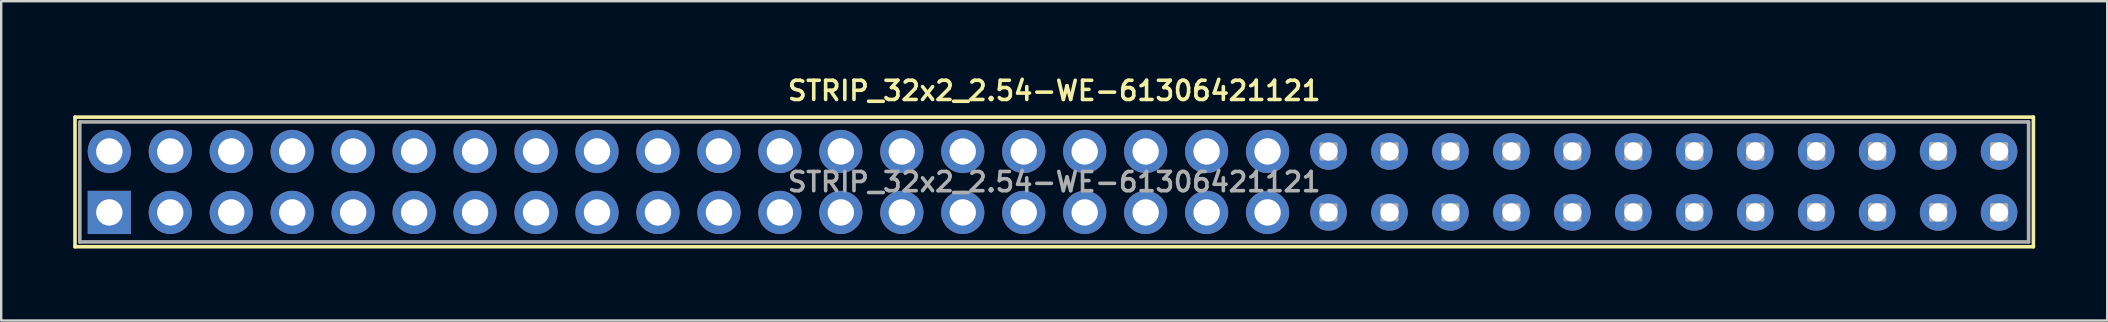
<source format=kicad_pcb>
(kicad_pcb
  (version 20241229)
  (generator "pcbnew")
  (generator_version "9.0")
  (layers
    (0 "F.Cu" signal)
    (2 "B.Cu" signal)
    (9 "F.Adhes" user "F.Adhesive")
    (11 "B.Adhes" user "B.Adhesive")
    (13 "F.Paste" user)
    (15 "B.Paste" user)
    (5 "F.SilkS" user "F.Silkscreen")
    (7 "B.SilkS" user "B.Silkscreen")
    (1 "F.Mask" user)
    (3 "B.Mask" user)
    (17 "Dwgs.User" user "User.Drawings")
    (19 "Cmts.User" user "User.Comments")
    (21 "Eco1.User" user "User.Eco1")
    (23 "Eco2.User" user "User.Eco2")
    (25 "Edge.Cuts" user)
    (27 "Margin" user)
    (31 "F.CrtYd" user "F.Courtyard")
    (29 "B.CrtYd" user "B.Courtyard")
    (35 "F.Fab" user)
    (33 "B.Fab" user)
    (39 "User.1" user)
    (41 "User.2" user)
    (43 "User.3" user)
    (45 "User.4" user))
  (footprint "STRIP_32x2_2.54-WE-61306421121"
    (layer "F.Cu")
    (at 40.875 4.531)
    (property "Reference" "STRIP_32x2_2.54-WE-61306421121" (at 0 -3.8 0) (layer "F.SilkS") (effects (font (size 0.8 0.8) (thickness 0.15))))
    (attr through_hole)
    (fp_line (start -40.8 -2.7) (end 40.8 -2.7) (stroke (width 0.15) (type solid)) (layer "F.SilkS"))
    (fp_line (start -40.8 2.7) (end -40.8 -2.7) (stroke (width 0.15) (type solid)) (layer "F.SilkS"))
    (fp_line (start 40.8 -2.7) (end 40.8 2.7) (stroke (width 0.15) (type solid)) (layer "F.SilkS"))
    (fp_line (start 40.8 2.7) (end -40.8 2.7) (stroke (width 0.15) (type solid)) (layer "F.SilkS"))
    (fp_line (start -40.6 -2.5) (end -40.6 2.5) (stroke (width 0.15) (type solid)) (layer "F.Fab"))
    (fp_line (start -40.6 2.5) (end 40.6 2.5) (stroke (width 0.15) (type solid)) (layer "F.Fab"))
    (fp_line (start -39.67 -1.57) (end -39.07 -1.57) (stroke (width 0.15) (type solid)) (layer "F.Fab"))
    (fp_line (start -39.67 -0.97) (end -39.67 -1.57) (stroke (width 0.15) (type solid)) (layer "F.Fab"))
    (fp_line (start -39.67 0.97) (end -39.07 0.97) (stroke (width 0.15) (type solid)) (layer "F.Fab"))
    (fp_line (start -39.67 0.97) (end -39.07 0.97) (stroke (width 0.15) (type solid)) (layer "F.Fab"))
    (fp_line (start -39.67 1.57) (end -39.67 0.97) (stroke (width 0.15) (type solid)) (layer "F.Fab"))
    (fp_line (start -39.67 1.57) (end -39.67 0.97) (stroke (width 0.15) (type solid)) (layer "F.Fab"))
    (fp_line (start -39.07 -1.57) (end -39.07 -0.97) (stroke (width 0.15) (type solid)) (layer "F.Fab"))
    (fp_line (start -39.07 -0.97) (end -39.67 -0.97) (stroke (width 0.15) (type solid)) (layer "F.Fab"))
    (fp_line (start -39.07 0.97) (end -39.07 1.57) (stroke (width 0.15) (type solid)) (layer "F.Fab"))
    (fp_line (start -39.07 0.97) (end -39.07 1.57) (stroke (width 0.15) (type solid)) (layer "F.Fab"))
    (fp_line (start -39.07 1.57) (end -39.67 1.57) (stroke (width 0.15) (type solid)) (layer "F.Fab"))
    (fp_line (start -39.07 1.57) (end -39.67 1.57) (stroke (width 0.15) (type solid)) (layer "F.Fab"))
    (fp_line (start -37.13 -1.57) (end -36.53 -1.57) (stroke (width 0.15) (type solid)) (layer "F.Fab"))
    (fp_line (start -37.13 -0.97) (end -37.13 -1.57) (stroke (width 0.15) (type solid)) (layer "F.Fab"))
    (fp_line (start -37.13 0.97) (end -36.53 0.97) (stroke (width 0.15) (type solid)) (layer "F.Fab"))
    (fp_line (start -37.13 0.97) (end -36.53 0.97) (stroke (width 0.15) (type solid)) (layer "F.Fab"))
    (fp_line (start -37.13 1.57) (end -37.13 0.97) (stroke (width 0.15) (type solid)) (layer "F.Fab"))
    (fp_line (start -37.13 1.57) (end -37.13 0.97) (stroke (width 0.15) (type solid)) (layer "F.Fab"))
    (fp_line (start -36.53 -1.57) (end -36.53 -0.97) (stroke (width 0.15) (type solid)) (layer "F.Fab"))
    (fp_line (start -36.53 -0.97) (end -37.13 -0.97) (stroke (width 0.15) (type solid)) (layer "F.Fab"))
    (fp_line (start -36.53 0.97) (end -36.53 1.57) (stroke (width 0.15) (type solid)) (layer "F.Fab"))
    (fp_line (start -36.53 0.97) (end -36.53 1.57) (stroke (width 0.15) (type solid)) (layer "F.Fab"))
    (fp_line (start -36.53 1.57) (end -37.13 1.57) (stroke (width 0.15) (type solid)) (layer "F.Fab"))
    (fp_line (start -36.53 1.57) (end -37.13 1.57) (stroke (width 0.15) (type solid)) (layer "F.Fab"))
    (fp_line (start -34.59 -1.57) (end -33.99 -1.57) (stroke (width 0.15) (type solid)) (layer "F.Fab"))
    (fp_line (start -34.59 -0.97) (end -34.59 -1.57) (stroke (width 0.15) (type solid)) (layer "F.Fab"))
    (fp_line (start -34.59 0.97) (end -33.99 0.97) (stroke (width 0.15) (type solid)) (layer "F.Fab"))
    (fp_line (start -34.59 0.97) (end -33.99 0.97) (stroke (width 0.15) (type solid)) (layer "F.Fab"))
    (fp_line (start -34.59 1.57) (end -34.59 0.97) (stroke (width 0.15) (type solid)) (layer "F.Fab"))
    (fp_line (start -34.59 1.57) (end -34.59 0.97) (stroke (width 0.15) (type solid)) (layer "F.Fab"))
    (fp_line (start -33.99 -1.57) (end -33.99 -0.97) (stroke (width 0.15) (type solid)) (layer "F.Fab"))
    (fp_line (start -33.99 -0.97) (end -34.59 -0.97) (stroke (width 0.15) (type solid)) (layer "F.Fab"))
    (fp_line (start -33.99 0.97) (end -33.99 1.57) (stroke (width 0.15) (type solid)) (layer "F.Fab"))
    (fp_line (start -33.99 0.97) (end -33.99 1.57) (stroke (width 0.15) (type solid)) (layer "F.Fab"))
    (fp_line (start -33.99 1.57) (end -34.59 1.57) (stroke (width 0.15) (type solid)) (layer "F.Fab"))
    (fp_line (start -33.99 1.57) (end -34.59 1.57) (stroke (width 0.15) (type solid)) (layer "F.Fab"))
    (fp_line (start -32.05 -1.57) (end -31.45 -1.57) (stroke (width 0.15) (type solid)) (layer "F.Fab"))
    (fp_line (start -32.05 -1.57) (end -31.45 -1.57) (stroke (width 0.15) (type solid)) (layer "F.Fab"))
    (fp_line (start -32.05 -0.97) (end -32.05 -1.57) (stroke (width 0.15) (type solid)) (layer "F.Fab"))
    (fp_line (start -32.05 -0.97) (end -32.05 -1.57) (stroke (width 0.15) (type solid)) (layer "F.Fab"))
    (fp_line (start -32.05 0.97) (end -31.45 0.97) (stroke (width 0.15) (type solid)) (layer "F.Fab"))
    (fp_line (start -32.05 0.97) (end -31.45 0.97) (stroke (width 0.15) (type solid)) (layer "F.Fab"))
    (fp_line (start -32.05 1.57) (end -32.05 0.97) (stroke (width 0.15) (type solid)) (layer "F.Fab"))
    (fp_line (start -32.05 1.57) (end -32.05 0.97) (stroke (width 0.15) (type solid)) (layer "F.Fab"))
    (fp_line (start -31.45 -1.57) (end -31.45 -0.97) (stroke (width 0.15) (type solid)) (layer "F.Fab"))
    (fp_line (start -31.45 -1.57) (end -31.45 -0.97) (stroke (width 0.15) (type solid)) (layer "F.Fab"))
    (fp_line (start -31.45 -0.97) (end -32.05 -0.97) (stroke (width 0.15) (type solid)) (layer "F.Fab"))
    (fp_line (start -31.45 -0.97) (end -32.05 -0.97) (stroke (width 0.15) (type solid)) (layer "F.Fab"))
    (fp_line (start -31.45 0.97) (end -31.45 1.57) (stroke (width 0.15) (type solid)) (layer "F.Fab"))
    (fp_line (start -31.45 0.97) (end -31.45 1.57) (stroke (width 0.15) (type solid)) (layer "F.Fab"))
    (fp_line (start -31.45 1.57) (end -32.05 1.57) (stroke (width 0.15) (type solid)) (layer "F.Fab"))
    (fp_line (start -31.45 1.57) (end -32.05 1.57) (stroke (width 0.15) (type solid)) (layer "F.Fab"))
    (fp_line (start -29.51 -1.57) (end -28.91 -1.57) (stroke (width 0.15) (type solid)) (layer "F.Fab"))
    (fp_line (start -29.51 -1.57) (end -28.91 -1.57) (stroke (width 0.15) (type solid)) (layer "F.Fab"))
    (fp_line (start -29.51 -0.97) (end -29.51 -1.57) (stroke (width 0.15) (type solid)) (layer "F.Fab"))
    (fp_line (start -29.51 -0.97) (end -29.51 -1.57) (stroke (width 0.15) (type solid)) (layer "F.Fab"))
    (fp_line (start -29.51 0.97) (end -28.91 0.97) (stroke (width 0.15) (type solid)) (layer "F.Fab"))
    (fp_line (start -29.51 0.97) (end -28.91 0.97) (stroke (width 0.15) (type solid)) (layer "F.Fab"))
    (fp_line (start -29.51 1.57) (end -29.51 0.97) (stroke (width 0.15) (type solid)) (layer "F.Fab"))
    (fp_line (start -29.51 1.57) (end -29.51 0.97) (stroke (width 0.15) (type solid)) (layer "F.Fab"))
    (fp_line (start -28.91 -1.57) (end -28.91 -0.97) (stroke (width 0.15) (type solid)) (layer "F.Fab"))
    (fp_line (start -28.91 -1.57) (end -28.91 -0.97) (stroke (width 0.15) (type solid)) (layer "F.Fab"))
    (fp_line (start -28.91 -0.97) (end -29.51 -0.97) (stroke (width 0.15) (type solid)) (layer "F.Fab"))
    (fp_line (start -28.91 -0.97) (end -29.51 -0.97) (stroke (width 0.15) (type solid)) (layer "F.Fab"))
    (fp_line (start -28.91 0.97) (end -28.91 1.57) (stroke (width 0.15) (type solid)) (layer "F.Fab"))
    (fp_line (start -28.91 0.97) (end -28.91 1.57) (stroke (width 0.15) (type solid)) (layer "F.Fab"))
    (fp_line (start -28.91 1.57) (end -29.51 1.57) (stroke (width 0.15) (type solid)) (layer "F.Fab"))
    (fp_line (start -28.91 1.57) (end -29.51 1.57) (stroke (width 0.15) (type solid)) (layer "F.Fab"))
    (fp_line (start -26.97 -1.57) (end -26.37 -1.57) (stroke (width 0.15) (type solid)) (layer "F.Fab"))
    (fp_line (start -26.97 -1.57) (end -26.37 -1.57) (stroke (width 0.15) (type solid)) (layer "F.Fab"))
    (fp_line (start -26.97 -0.97) (end -26.97 -1.57) (stroke (width 0.15) (type solid)) (layer "F.Fab"))
    (fp_line (start -26.97 -0.97) (end -26.97 -1.57) (stroke (width 0.15) (type solid)) (layer "F.Fab"))
    (fp_line (start -26.97 0.97) (end -26.37 0.97) (stroke (width 0.15) (type solid)) (layer "F.Fab"))
    (fp_line (start -26.97 0.97) (end -26.37 0.97) (stroke (width 0.15) (type solid)) (layer "F.Fab"))
    (fp_line (start -26.97 1.57) (end -26.97 0.97) (stroke (width 0.15) (type solid)) (layer "F.Fab"))
    (fp_line (start -26.97 1.57) (end -26.97 0.97) (stroke (width 0.15) (type solid)) (layer "F.Fab"))
    (fp_line (start -26.37 -1.57) (end -26.37 -0.97) (stroke (width 0.15) (type solid)) (layer "F.Fab"))
    (fp_line (start -26.37 -1.57) (end -26.37 -0.97) (stroke (width 0.15) (type solid)) (layer "F.Fab"))
    (fp_line (start -26.37 -0.97) (end -26.97 -0.97) (stroke (width 0.15) (type solid)) (layer "F.Fab"))
    (fp_line (start -26.37 -0.97) (end -26.97 -0.97) (stroke (width 0.15) (type solid)) (layer "F.Fab"))
    (fp_line (start -26.37 0.97) (end -26.37 1.57) (stroke (width 0.15) (type solid)) (layer "F.Fab"))
    (fp_line (start -26.37 0.97) (end -26.37 1.57) (stroke (width 0.15) (type solid)) (layer "F.Fab"))
    (fp_line (start -26.37 1.57) (end -26.97 1.57) (stroke (width 0.15) (type solid)) (layer "F.Fab"))
    (fp_line (start -26.37 1.57) (end -26.97 1.57) (stroke (width 0.15) (type solid)) (layer "F.Fab"))
    (fp_line (start -24.43 -1.57) (end -23.83 -1.57) (stroke (width 0.15) (type solid)) (layer "F.Fab"))
    (fp_line (start -24.43 -0.97) (end -24.43 -1.57) (stroke (width 0.15) (type solid)) (layer "F.Fab"))
    (fp_line (start -24.43 0.97) (end -23.83 0.97) (stroke (width 0.15) (type solid)) (layer "F.Fab"))
    (fp_line (start -24.43 1.57) (end -24.43 0.97) (stroke (width 0.15) (type solid)) (layer "F.Fab"))
    (fp_line (start -23.83 -1.57) (end -23.83 -0.97) (stroke (width 0.15) (type solid)) (layer "F.Fab"))
    (fp_line (start -23.83 -0.97) (end -24.43 -0.97) (stroke (width 0.15) (type solid)) (layer "F.Fab"))
    (fp_line (start -23.83 0.97) (end -23.83 1.57) (stroke (width 0.15) (type solid)) (layer "F.Fab"))
    (fp_line (start -23.83 1.57) (end -24.43 1.57) (stroke (width 0.15) (type solid)) (layer "F.Fab"))
    (fp_line (start -21.89 -1.57) (end -21.29 -1.57) (stroke (width 0.15) (type solid)) (layer "F.Fab"))
    (fp_line (start -21.89 -0.97) (end -21.89 -1.57) (stroke (width 0.15) (type solid)) (layer "F.Fab"))
    (fp_line (start -21.89 0.97) (end -21.29 0.97) (stroke (width 0.15) (type solid)) (layer "F.Fab"))
    (fp_line (start -21.89 1.57) (end -21.89 0.97) (stroke (width 0.15) (type solid)) (layer "F.Fab"))
    (fp_line (start -21.29 -1.57) (end -21.29 -0.97) (stroke (width 0.15) (type solid)) (layer "F.Fab"))
    (fp_line (start -21.29 -0.97) (end -21.89 -0.97) (stroke (width 0.15) (type solid)) (layer "F.Fab"))
    (fp_line (start -21.29 0.97) (end -21.29 1.57) (stroke (width 0.15) (type solid)) (layer "F.Fab"))
    (fp_line (start -21.29 1.57) (end -21.89 1.57) (stroke (width 0.15) (type solid)) (layer "F.Fab"))
    (fp_line (start -19.35 -1.57) (end -18.75 -1.57) (stroke (width 0.15) (type solid)) (layer "F.Fab"))
    (fp_line (start -19.35 -0.97) (end -19.35 -1.57) (stroke (width 0.15) (type solid)) (layer "F.Fab"))
    (fp_line (start -19.35 0.97) (end -18.75 0.97) (stroke (width 0.15) (type solid)) (layer "F.Fab"))
    (fp_line (start -19.35 1.57) (end -19.35 0.97) (stroke (width 0.15) (type solid)) (layer "F.Fab"))
    (fp_line (start -18.75 -1.57) (end -18.75 -0.97) (stroke (width 0.15) (type solid)) (layer "F.Fab"))
    (fp_line (start -18.75 -0.97) (end -19.35 -0.97) (stroke (width 0.15) (type solid)) (layer "F.Fab"))
    (fp_line (start -18.75 0.97) (end -18.75 1.57) (stroke (width 0.15) (type solid)) (layer "F.Fab"))
    (fp_line (start -18.75 1.57) (end -19.35 1.57) (stroke (width 0.15) (type solid)) (layer "F.Fab"))
    (fp_line (start -16.81 -1.57) (end -16.21 -1.57) (stroke (width 0.15) (type solid)) (layer "F.Fab"))
    (fp_line (start -16.81 -0.97) (end -16.81 -1.57) (stroke (width 0.15) (type solid)) (layer "F.Fab"))
    (fp_line (start -16.81 0.97) (end -16.21 0.97) (stroke (width 0.15) (type solid)) (layer "F.Fab"))
    (fp_line (start -16.81 1.57) (end -16.81 0.97) (stroke (width 0.15) (type solid)) (layer "F.Fab"))
    (fp_line (start -16.21 -1.57) (end -16.21 -0.97) (stroke (width 0.15) (type solid)) (layer "F.Fab"))
    (fp_line (start -16.21 -0.97) (end -16.81 -0.97) (stroke (width 0.15) (type solid)) (layer "F.Fab"))
    (fp_line (start -16.21 0.97) (end -16.21 1.57) (stroke (width 0.15) (type solid)) (layer "F.Fab"))
    (fp_line (start -16.21 1.57) (end -16.81 1.57) (stroke (width 0.15) (type solid)) (layer "F.Fab"))
    (fp_line (start -14.27 -1.57) (end -13.67 -1.57) (stroke (width 0.15) (type solid)) (layer "F.Fab"))
    (fp_line (start -14.27 -0.97) (end -14.27 -1.57) (stroke (width 0.15) (type solid)) (layer "F.Fab"))
    (fp_line (start -14.27 0.97) (end -13.67 0.97) (stroke (width 0.15) (type solid)) (layer "F.Fab"))
    (fp_line (start -14.27 1.57) (end -14.27 0.97) (stroke (width 0.15) (type solid)) (layer "F.Fab"))
    (fp_line (start -13.67 -1.57) (end -13.67 -0.97) (stroke (width 0.15) (type solid)) (layer "F.Fab"))
    (fp_line (start -13.67 -0.97) (end -14.27 -0.97) (stroke (width 0.15) (type solid)) (layer "F.Fab"))
    (fp_line (start -13.67 0.97) (end -13.67 1.57) (stroke (width 0.15) (type solid)) (layer "F.Fab"))
    (fp_line (start -13.67 1.57) (end -14.27 1.57) (stroke (width 0.15) (type solid)) (layer "F.Fab"))
    (fp_line (start -11.73 -1.57) (end -11.13 -1.57) (stroke (width 0.15) (type solid)) (layer "F.Fab"))
    (fp_line (start -11.73 -0.97) (end -11.73 -1.57) (stroke (width 0.15) (type solid)) (layer "F.Fab"))
    (fp_line (start -11.73 0.97) (end -11.13 0.97) (stroke (width 0.15) (type solid)) (layer "F.Fab"))
    (fp_line (start -11.73 1.57) (end -11.73 0.97) (stroke (width 0.15) (type solid)) (layer "F.Fab"))
    (fp_line (start -11.13 -1.57) (end -11.13 -0.97) (stroke (width 0.15) (type solid)) (layer "F.Fab"))
    (fp_line (start -11.13 -0.97) (end -11.73 -0.97) (stroke (width 0.15) (type solid)) (layer "F.Fab"))
    (fp_line (start -11.13 0.97) (end -11.13 1.57) (stroke (width 0.15) (type solid)) (layer "F.Fab"))
    (fp_line (start -11.13 1.57) (end -11.73 1.57) (stroke (width 0.15) (type solid)) (layer "F.Fab"))
    (fp_line (start -9.19 -1.57) (end -8.59 -1.57) (stroke (width 0.15) (type solid)) (layer "F.Fab"))
    (fp_line (start -9.19 -0.97) (end -9.19 -1.57) (stroke (width 0.15) (type solid)) (layer "F.Fab"))
    (fp_line (start -9.19 0.97) (end -8.59 0.97) (stroke (width 0.15) (type solid)) (layer "F.Fab"))
    (fp_line (start -9.19 1.57) (end -9.19 0.97) (stroke (width 0.15) (type solid)) (layer "F.Fab"))
    (fp_line (start -8.59 -1.57) (end -8.59 -0.97) (stroke (width 0.15) (type solid)) (layer "F.Fab"))
    (fp_line (start -8.59 -0.97) (end -9.19 -0.97) (stroke (width 0.15) (type solid)) (layer "F.Fab"))
    (fp_line (start -8.59 0.97) (end -8.59 1.57) (stroke (width 0.15) (type solid)) (layer "F.Fab"))
    (fp_line (start -8.59 1.57) (end -9.19 1.57) (stroke (width 0.15) (type solid)) (layer "F.Fab"))
    (fp_line (start -6.65 -1.57) (end -6.05 -1.57) (stroke (width 0.15) (type solid)) (layer "F.Fab"))
    (fp_line (start -6.65 -0.97) (end -6.65 -1.57) (stroke (width 0.15) (type solid)) (layer "F.Fab"))
    (fp_line (start -6.65 0.97) (end -6.05 0.97) (stroke (width 0.15) (type solid)) (layer "F.Fab"))
    (fp_line (start -6.65 1.57) (end -6.65 0.97) (stroke (width 0.15) (type solid)) (layer "F.Fab"))
    (fp_line (start -6.05 -1.57) (end -6.05 -0.97) (stroke (width 0.15) (type solid)) (layer "F.Fab"))
    (fp_line (start -6.05 -0.97) (end -6.65 -0.97) (stroke (width 0.15) (type solid)) (layer "F.Fab"))
    (fp_line (start -6.05 0.97) (end -6.05 1.57) (stroke (width 0.15) (type solid)) (layer "F.Fab"))
    (fp_line (start -6.05 1.57) (end -6.65 1.57) (stroke (width 0.15) (type solid)) (layer "F.Fab"))
    (fp_line (start -4.11 -1.57) (end -3.51 -1.57) (stroke (width 0.15) (type solid)) (layer "F.Fab"))
    (fp_line (start -4.11 -0.97) (end -4.11 -1.57) (stroke (width 0.15) (type solid)) (layer "F.Fab"))
    (fp_line (start -4.11 0.97) (end -3.51 0.97) (stroke (width 0.15) (type solid)) (layer "F.Fab"))
    (fp_line (start -4.11 1.57) (end -4.11 0.97) (stroke (width 0.15) (type solid)) (layer "F.Fab"))
    (fp_line (start -3.51 -1.57) (end -3.51 -0.97) (stroke (width 0.15) (type solid)) (layer "F.Fab"))
    (fp_line (start -3.51 -0.97) (end -4.11 -0.97) (stroke (width 0.15) (type solid)) (layer "F.Fab"))
    (fp_line (start -3.51 0.97) (end -3.51 1.57) (stroke (width 0.15) (type solid)) (layer "F.Fab"))
    (fp_line (start -3.51 1.57) (end -4.11 1.57) (stroke (width 0.15) (type solid)) (layer "F.Fab"))
    (fp_line (start -1.57 -1.57) (end -0.97 -1.57) (stroke (width 0.15) (type solid)) (layer "F.Fab"))
    (fp_line (start -1.57 -0.97) (end -1.57 -1.57) (stroke (width 0.15) (type solid)) (layer "F.Fab"))
    (fp_line (start -1.57 0.97) (end -0.97 0.97) (stroke (width 0.15) (type solid)) (layer "F.Fab"))
    (fp_line (start -1.57 1.57) (end -1.57 0.97) (stroke (width 0.15) (type solid)) (layer "F.Fab"))
    (fp_line (start -0.97 -1.57) (end -0.97 -0.97) (stroke (width 0.15) (type solid)) (layer "F.Fab"))
    (fp_line (start -0.97 -0.97) (end -1.57 -0.97) (stroke (width 0.15) (type solid)) (layer "F.Fab"))
    (fp_line (start -0.97 0.97) (end -0.97 1.57) (stroke (width 0.15) (type solid)) (layer "F.Fab"))
    (fp_line (start -0.97 1.57) (end -1.57 1.57) (stroke (width 0.15) (type solid)) (layer "F.Fab"))
    (fp_line (start 0.97 -1.57) (end 1.57 -1.57) (stroke (width 0.15) (type solid)) (layer "F.Fab"))
    (fp_line (start 0.97 -0.97) (end 0.97 -1.57) (stroke (width 0.15) (type solid)) (layer "F.Fab"))
    (fp_line (start 0.97 0.97) (end 1.57 0.97) (stroke (width 0.15) (type solid)) (layer "F.Fab"))
    (fp_line (start 0.97 1.57) (end 0.97 0.97) (stroke (width 0.15) (type solid)) (layer "F.Fab"))
    (fp_line (start 1.57 -1.57) (end 1.57 -0.97) (stroke (width 0.15) (type solid)) (layer "F.Fab"))
    (fp_line (start 1.57 -0.97) (end 0.97 -0.97) (stroke (width 0.15) (type solid)) (layer "F.Fab"))
    (fp_line (start 1.57 0.97) (end 1.57 1.57) (stroke (width 0.15) (type solid)) (layer "F.Fab"))
    (fp_line (start 1.57 1.57) (end 0.97 1.57) (stroke (width 0.15) (type solid)) (layer "F.Fab"))
    (fp_line (start 3.51 -1.57) (end 4.11 -1.57) (stroke (width 0.15) (type solid)) (layer "F.Fab"))
    (fp_line (start 3.51 -0.97) (end 3.51 -1.57) (stroke (width 0.15) (type solid)) (layer "F.Fab"))
    (fp_line (start 3.51 0.97) (end 4.11 0.97) (stroke (width 0.15) (type solid)) (layer "F.Fab"))
    (fp_line (start 3.51 1.57) (end 3.51 0.97) (stroke (width 0.15) (type solid)) (layer "F.Fab"))
    (fp_line (start 4.11 -1.57) (end 4.11 -0.97) (stroke (width 0.15) (type solid)) (layer "F.Fab"))
    (fp_line (start 4.11 -0.97) (end 3.51 -0.97) (stroke (width 0.15) (type solid)) (layer "F.Fab"))
    (fp_line (start 4.11 0.97) (end 4.11 1.57) (stroke (width 0.15) (type solid)) (layer "F.Fab"))
    (fp_line (start 4.11 1.57) (end 3.51 1.57) (stroke (width 0.15) (type solid)) (layer "F.Fab"))
    (fp_line (start 6.05 -1.57) (end 6.65 -1.57) (stroke (width 0.15) (type solid)) (layer "F.Fab"))
    (fp_line (start 6.05 -0.97) (end 6.05 -1.57) (stroke (width 0.15) (type solid)) (layer "F.Fab"))
    (fp_line (start 6.05 0.97) (end 6.65 0.97) (stroke (width 0.15) (type solid)) (layer "F.Fab"))
    (fp_line (start 6.05 1.57) (end 6.05 0.97) (stroke (width 0.15) (type solid)) (layer "F.Fab"))
    (fp_line (start 6.65 -1.57) (end 6.65 -0.97) (stroke (width 0.15) (type solid)) (layer "F.Fab"))
    (fp_line (start 6.65 -0.97) (end 6.05 -0.97) (stroke (width 0.15) (type solid)) (layer "F.Fab"))
    (fp_line (start 6.65 0.97) (end 6.65 1.57) (stroke (width 0.15) (type solid)) (layer "F.Fab"))
    (fp_line (start 6.65 1.57) (end 6.05 1.57) (stroke (width 0.15) (type solid)) (layer "F.Fab"))
    (fp_line (start 8.59 -1.57) (end 9.19 -1.57) (stroke (width 0.15) (type solid)) (layer "F.Fab"))
    (fp_line (start 8.59 -0.97) (end 8.59 -1.57) (stroke (width 0.15) (type solid)) (layer "F.Fab"))
    (fp_line (start 8.59 0.97) (end 9.19 0.97) (stroke (width 0.15) (type solid)) (layer "F.Fab"))
    (fp_line (start 8.59 1.57) (end 8.59 0.97) (stroke (width 0.15) (type solid)) (layer "F.Fab"))
    (fp_line (start 9.19 -1.57) (end 9.19 -0.97) (stroke (width 0.15) (type solid)) (layer "F.Fab"))
    (fp_line (start 9.19 -0.97) (end 8.59 -0.97) (stroke (width 0.15) (type solid)) (layer "F.Fab"))
    (fp_line (start 9.19 0.97) (end 9.19 1.57) (stroke (width 0.15) (type solid)) (layer "F.Fab"))
    (fp_line (start 9.19 1.57) (end 8.59 1.57) (stroke (width 0.15) (type solid)) (layer "F.Fab"))
    (fp_line (start 11.13 -1.57) (end 11.73 -1.57) (stroke (width 0.15) (type solid)) (layer "F.Fab"))
    (fp_line (start 11.13 -0.97) (end 11.13 -1.57) (stroke (width 0.15) (type solid)) (layer "F.Fab"))
    (fp_line (start 11.13 0.97) (end 11.73 0.97) (stroke (width 0.15) (type solid)) (layer "F.Fab"))
    (fp_line (start 11.13 1.57) (end 11.13 0.97) (stroke (width 0.15) (type solid)) (layer "F.Fab"))
    (fp_line (start 11.73 -1.57) (end 11.73 -0.97) (stroke (width 0.15) (type solid)) (layer "F.Fab"))
    (fp_line (start 11.73 -0.97) (end 11.13 -0.97) (stroke (width 0.15) (type solid)) (layer "F.Fab"))
    (fp_line (start 11.73 0.97) (end 11.73 1.57) (stroke (width 0.15) (type solid)) (layer "F.Fab"))
    (fp_line (start 11.73 1.57) (end 11.13 1.57) (stroke (width 0.15) (type solid)) (layer "F.Fab"))
    (fp_line (start 13.67 -1.57) (end 14.27 -1.57) (stroke (width 0.15) (type solid)) (layer "F.Fab"))
    (fp_line (start 13.67 -0.97) (end 13.67 -1.57) (stroke (width 0.15) (type solid)) (layer "F.Fab"))
    (fp_line (start 13.67 0.97) (end 14.27 0.97) (stroke (width 0.15) (type solid)) (layer "F.Fab"))
    (fp_line (start 13.67 1.57) (end 13.67 0.97) (stroke (width 0.15) (type solid)) (layer "F.Fab"))
    (fp_line (start 14.27 -1.57) (end 14.27 -0.97) (stroke (width 0.15) (type solid)) (layer "F.Fab"))
    (fp_line (start 14.27 -0.97) (end 13.67 -0.97) (stroke (width 0.15) (type solid)) (layer "F.Fab"))
    (fp_line (start 14.27 0.97) (end 14.27 1.57) (stroke (width 0.15) (type solid)) (layer "F.Fab"))
    (fp_line (start 14.27 1.57) (end 13.67 1.57) (stroke (width 0.15) (type solid)) (layer "F.Fab"))
    (fp_line (start 16.21 -1.57) (end 16.81 -1.57) (stroke (width 0.15) (type solid)) (layer "F.Fab"))
    (fp_line (start 16.21 -0.97) (end 16.21 -1.57) (stroke (width 0.15) (type solid)) (layer "F.Fab"))
    (fp_line (start 16.21 0.97) (end 16.81 0.97) (stroke (width 0.15) (type solid)) (layer "F.Fab"))
    (fp_line (start 16.21 1.57) (end 16.21 0.97) (stroke (width 0.15) (type solid)) (layer "F.Fab"))
    (fp_line (start 16.81 -1.57) (end 16.81 -0.97) (stroke (width 0.15) (type solid)) (layer "F.Fab"))
    (fp_line (start 16.81 -0.97) (end 16.21 -0.97) (stroke (width 0.15) (type solid)) (layer "F.Fab"))
    (fp_line (start 16.81 0.97) (end 16.81 1.57) (stroke (width 0.15) (type solid)) (layer "F.Fab"))
    (fp_line (start 16.81 1.57) (end 16.21 1.57) (stroke (width 0.15) (type solid)) (layer "F.Fab"))
    (fp_line (start 18.75 -1.57) (end 19.35 -1.57) (stroke (width 0.15) (type solid)) (layer "F.Fab"))
    (fp_line (start 18.75 -0.97) (end 18.75 -1.57) (stroke (width 0.15) (type solid)) (layer "F.Fab"))
    (fp_line (start 18.75 0.97) (end 19.35 0.97) (stroke (width 0.15) (type solid)) (layer "F.Fab"))
    (fp_line (start 18.75 1.57) (end 18.75 0.97) (stroke (width 0.15) (type solid)) (layer "F.Fab"))
    (fp_line (start 19.35 -1.57) (end 19.35 -0.97) (stroke (width 0.15) (type solid)) (layer "F.Fab"))
    (fp_line (start 19.35 -0.97) (end 18.75 -0.97) (stroke (width 0.15) (type solid)) (layer "F.Fab"))
    (fp_line (start 19.35 0.97) (end 19.35 1.57) (stroke (width 0.15) (type solid)) (layer "F.Fab"))
    (fp_line (start 19.35 1.57) (end 18.75 1.57) (stroke (width 0.15) (type solid)) (layer "F.Fab"))
    (fp_line (start 21.29 -1.57) (end 21.89 -1.57) (stroke (width 0.15) (type solid)) (layer "F.Fab"))
    (fp_line (start 21.29 -0.97) (end 21.29 -1.57) (stroke (width 0.15) (type solid)) (layer "F.Fab"))
    (fp_line (start 21.29 0.97) (end 21.89 0.97) (stroke (width 0.15) (type solid)) (layer "F.Fab"))
    (fp_line (start 21.29 1.57) (end 21.29 0.97) (stroke (width 0.15) (type solid)) (layer "F.Fab"))
    (fp_line (start 21.89 -1.57) (end 21.89 -0.97) (stroke (width 0.15) (type solid)) (layer "F.Fab"))
    (fp_line (start 21.89 -0.97) (end 21.29 -0.97) (stroke (width 0.15) (type solid)) (layer "F.Fab"))
    (fp_line (start 21.89 0.97) (end 21.89 1.57) (stroke (width 0.15) (type solid)) (layer "F.Fab"))
    (fp_line (start 21.89 1.57) (end 21.29 1.57) (stroke (width 0.15) (type solid)) (layer "F.Fab"))
    (fp_line (start 23.83 -1.57) (end 24.43 -1.57) (stroke (width 0.15) (type solid)) (layer "F.Fab"))
    (fp_line (start 23.83 -0.97) (end 23.83 -1.57) (stroke (width 0.15) (type solid)) (layer "F.Fab"))
    (fp_line (start 23.83 0.97) (end 24.43 0.97) (stroke (width 0.15) (type solid)) (layer "F.Fab"))
    (fp_line (start 23.83 1.57) (end 23.83 0.97) (stroke (width 0.15) (type solid)) (layer "F.Fab"))
    (fp_line (start 24.43 -1.57) (end 24.43 -0.97) (stroke (width 0.15) (type solid)) (layer "F.Fab"))
    (fp_line (start 24.43 -0.97) (end 23.83 -0.97) (stroke (width 0.15) (type solid)) (layer "F.Fab"))
    (fp_line (start 24.43 0.97) (end 24.43 1.57) (stroke (width 0.15) (type solid)) (layer "F.Fab"))
    (fp_line (start 24.43 1.57) (end 23.83 1.57) (stroke (width 0.15) (type solid)) (layer "F.Fab"))
    (fp_line (start 26.37 -1.57) (end 26.97 -1.57) (stroke (width 0.15) (type solid)) (layer "F.Fab"))
    (fp_line (start 26.37 -1.57) (end 26.97 -1.57) (stroke (width 0.15) (type solid)) (layer "F.Fab"))
    (fp_line (start 26.37 -0.97) (end 26.37 -1.57) (stroke (width 0.15) (type solid)) (layer "F.Fab"))
    (fp_line (start 26.37 -0.97) (end 26.37 -1.57) (stroke (width 0.15) (type solid)) (layer "F.Fab"))
    (fp_line (start 26.37 0.97) (end 26.97 0.97) (stroke (width 0.15) (type solid)) (layer "F.Fab"))
    (fp_line (start 26.37 0.97) (end 26.97 0.97) (stroke (width 0.15) (type solid)) (layer "F.Fab"))
    (fp_line (start 26.37 1.57) (end 26.37 0.97) (stroke (width 0.15) (type solid)) (layer "F.Fab"))
    (fp_line (start 26.37 1.57) (end 26.37 0.97) (stroke (width 0.15) (type solid)) (layer "F.Fab"))
    (fp_line (start 26.97 -1.57) (end 26.97 -0.97) (stroke (width 0.15) (type solid)) (layer "F.Fab"))
    (fp_line (start 26.97 -1.57) (end 26.97 -0.97) (stroke (width 0.15) (type solid)) (layer "F.Fab"))
    (fp_line (start 26.97 -0.97) (end 26.37 -0.97) (stroke (width 0.15) (type solid)) (layer "F.Fab"))
    (fp_line (start 26.97 -0.97) (end 26.37 -0.97) (stroke (width 0.15) (type solid)) (layer "F.Fab"))
    (fp_line (start 26.97 0.97) (end 26.97 1.57) (stroke (width 0.15) (type solid)) (layer "F.Fab"))
    (fp_line (start 26.97 0.97) (end 26.97 1.57) (stroke (width 0.15) (type solid)) (layer "F.Fab"))
    (fp_line (start 26.97 1.57) (end 26.37 1.57) (stroke (width 0.15) (type solid)) (layer "F.Fab"))
    (fp_line (start 26.97 1.57) (end 26.37 1.57) (stroke (width 0.15) (type solid)) (layer "F.Fab"))
    (fp_line (start 28.91 -1.57) (end 29.51 -1.57) (stroke (width 0.15) (type solid)) (layer "F.Fab"))
    (fp_line (start 28.91 -1.57) (end 29.51 -1.57) (stroke (width 0.15) (type solid)) (layer "F.Fab"))
    (fp_line (start 28.91 -0.97) (end 28.91 -1.57) (stroke (width 0.15) (type solid)) (layer "F.Fab"))
    (fp_line (start 28.91 -0.97) (end 28.91 -1.57) (stroke (width 0.15) (type solid)) (layer "F.Fab"))
    (fp_line (start 28.91 0.97) (end 29.51 0.97) (stroke (width 0.15) (type solid)) (layer "F.Fab"))
    (fp_line (start 28.91 0.97) (end 29.51 0.97) (stroke (width 0.15) (type solid)) (layer "F.Fab"))
    (fp_line (start 28.91 1.57) (end 28.91 0.97) (stroke (width 0.15) (type solid)) (layer "F.Fab"))
    (fp_line (start 28.91 1.57) (end 28.91 0.97) (stroke (width 0.15) (type solid)) (layer "F.Fab"))
    (fp_line (start 29.51 -1.57) (end 29.51 -0.97) (stroke (width 0.15) (type solid)) (layer "F.Fab"))
    (fp_line (start 29.51 -1.57) (end 29.51 -0.97) (stroke (width 0.15) (type solid)) (layer "F.Fab"))
    (fp_line (start 29.51 -0.97) (end 28.91 -0.97) (stroke (width 0.15) (type solid)) (layer "F.Fab"))
    (fp_line (start 29.51 -0.97) (end 28.91 -0.97) (stroke (width 0.15) (type solid)) (layer "F.Fab"))
    (fp_line (start 29.51 0.97) (end 29.51 1.57) (stroke (width 0.15) (type solid)) (layer "F.Fab"))
    (fp_line (start 29.51 0.97) (end 29.51 1.57) (stroke (width 0.15) (type solid)) (layer "F.Fab"))
    (fp_line (start 29.51 1.57) (end 28.91 1.57) (stroke (width 0.15) (type solid)) (layer "F.Fab"))
    (fp_line (start 29.51 1.57) (end 28.91 1.57) (stroke (width 0.15) (type solid)) (layer "F.Fab"))
    (fp_line (start 31.45 -1.57) (end 32.05 -1.57) (stroke (width 0.15) (type solid)) (layer "F.Fab"))
    (fp_line (start 31.45 -1.57) (end 32.05 -1.57) (stroke (width 0.15) (type solid)) (layer "F.Fab"))
    (fp_line (start 31.45 -0.97) (end 31.45 -1.57) (stroke (width 0.15) (type solid)) (layer "F.Fab"))
    (fp_line (start 31.45 -0.97) (end 31.45 -1.57) (stroke (width 0.15) (type solid)) (layer "F.Fab"))
    (fp_line (start 31.45 0.97) (end 32.05 0.97) (stroke (width 0.15) (type solid)) (layer "F.Fab"))
    (fp_line (start 31.45 0.97) (end 32.05 0.97) (stroke (width 0.15) (type solid)) (layer "F.Fab"))
    (fp_line (start 31.45 1.57) (end 31.45 0.97) (stroke (width 0.15) (type solid)) (layer "F.Fab"))
    (fp_line (start 31.45 1.57) (end 31.45 0.97) (stroke (width 0.15) (type solid)) (layer "F.Fab"))
    (fp_line (start 32.05 -1.57) (end 32.05 -0.97) (stroke (width 0.15) (type solid)) (layer "F.Fab"))
    (fp_line (start 32.05 -1.57) (end 32.05 -0.97) (stroke (width 0.15) (type solid)) (layer "F.Fab"))
    (fp_line (start 32.05 -0.97) (end 31.45 -0.97) (stroke (width 0.15) (type solid)) (layer "F.Fab"))
    (fp_line (start 32.05 -0.97) (end 31.45 -0.97) (stroke (width 0.15) (type solid)) (layer "F.Fab"))
    (fp_line (start 32.05 0.97) (end 32.05 1.57) (stroke (width 0.15) (type solid)) (layer "F.Fab"))
    (fp_line (start 32.05 0.97) (end 32.05 1.57) (stroke (width 0.15) (type solid)) (layer "F.Fab"))
    (fp_line (start 32.05 1.57) (end 31.45 1.57) (stroke (width 0.15) (type solid)) (layer "F.Fab"))
    (fp_line (start 32.05 1.57) (end 31.45 1.57) (stroke (width 0.15) (type solid)) (layer "F.Fab"))
    (fp_line (start 33.99 -1.57) (end 34.59 -1.57) (stroke (width 0.15) (type solid)) (layer "F.Fab"))
    (fp_line (start 33.99 -1.57) (end 34.59 -1.57) (stroke (width 0.15) (type solid)) (layer "F.Fab"))
    (fp_line (start 33.99 -0.97) (end 33.99 -1.57) (stroke (width 0.15) (type solid)) (layer "F.Fab"))
    (fp_line (start 33.99 -0.97) (end 33.99 -1.57) (stroke (width 0.15) (type solid)) (layer "F.Fab"))
    (fp_line (start 33.99 0.97) (end 34.59 0.97) (stroke (width 0.15) (type solid)) (layer "F.Fab"))
    (fp_line (start 33.99 0.97) (end 34.59 0.97) (stroke (width 0.15) (type solid)) (layer "F.Fab"))
    (fp_line (start 33.99 1.57) (end 33.99 0.97) (stroke (width 0.15) (type solid)) (layer "F.Fab"))
    (fp_line (start 33.99 1.57) (end 33.99 0.97) (stroke (width 0.15) (type solid)) (layer "F.Fab"))
    (fp_line (start 34.59 -1.57) (end 34.59 -0.97) (stroke (width 0.15) (type solid)) (layer "F.Fab"))
    (fp_line (start 34.59 -1.57) (end 34.59 -0.97) (stroke (width 0.15) (type solid)) (layer "F.Fab"))
    (fp_line (start 34.59 -0.97) (end 33.99 -0.97) (stroke (width 0.15) (type solid)) (layer "F.Fab"))
    (fp_line (start 34.59 -0.97) (end 33.99 -0.97) (stroke (width 0.15) (type solid)) (layer "F.Fab"))
    (fp_line (start 34.59 0.97) (end 34.59 1.57) (stroke (width 0.15) (type solid)) (layer "F.Fab"))
    (fp_line (start 34.59 0.97) (end 34.59 1.57) (stroke (width 0.15) (type solid)) (layer "F.Fab"))
    (fp_line (start 34.59 1.57) (end 33.99 1.57) (stroke (width 0.15) (type solid)) (layer "F.Fab"))
    (fp_line (start 34.59 1.57) (end 33.99 1.57) (stroke (width 0.15) (type solid)) (layer "F.Fab"))
    (fp_line (start 36.53 -1.57) (end 37.13 -1.57) (stroke (width 0.15) (type solid)) (layer "F.Fab"))
    (fp_line (start 36.53 -1.57) (end 37.13 -1.57) (stroke (width 0.15) (type solid)) (layer "F.Fab"))
    (fp_line (start 36.53 -0.97) (end 36.53 -1.57) (stroke (width 0.15) (type solid)) (layer "F.Fab"))
    (fp_line (start 36.53 -0.97) (end 36.53 -1.57) (stroke (width 0.15) (type solid)) (layer "F.Fab"))
    (fp_line (start 36.53 0.97) (end 37.13 0.97) (stroke (width 0.15) (type solid)) (layer "F.Fab"))
    (fp_line (start 36.53 0.97) (end 37.13 0.97) (stroke (width 0.15) (type solid)) (layer "F.Fab"))
    (fp_line (start 36.53 1.57) (end 36.53 0.97) (stroke (width 0.15) (type solid)) (layer "F.Fab"))
    (fp_line (start 36.53 1.57) (end 36.53 0.97) (stroke (width 0.15) (type solid)) (layer "F.Fab"))
    (fp_line (start 37.13 -1.57) (end 37.13 -0.97) (stroke (width 0.15) (type solid)) (layer "F.Fab"))
    (fp_line (start 37.13 -1.57) (end 37.13 -0.97) (stroke (width 0.15) (type solid)) (layer "F.Fab"))
    (fp_line (start 37.13 -0.97) (end 36.53 -0.97) (stroke (width 0.15) (type solid)) (layer "F.Fab"))
    (fp_line (start 37.13 -0.97) (end 36.53 -0.97) (stroke (width 0.15) (type solid)) (layer "F.Fab"))
    (fp_line (start 37.13 0.97) (end 37.13 1.57) (stroke (width 0.15) (type solid)) (layer "F.Fab"))
    (fp_line (start 37.13 0.97) (end 37.13 1.57) (stroke (width 0.15) (type solid)) (layer "F.Fab"))
    (fp_line (start 37.13 1.57) (end 36.53 1.57) (stroke (width 0.15) (type solid)) (layer "F.Fab"))
    (fp_line (start 37.13 1.57) (end 36.53 1.57) (stroke (width 0.15) (type solid)) (layer "F.Fab"))
    (fp_line (start 39.07 -1.57) (end 39.67 -1.57) (stroke (width 0.15) (type solid)) (layer "F.Fab"))
    (fp_line (start 39.07 -1.57) (end 39.67 -1.57) (stroke (width 0.15) (type solid)) (layer "F.Fab"))
    (fp_line (start 39.07 -0.97) (end 39.07 -1.57) (stroke (width 0.15) (type solid)) (layer "F.Fab"))
    (fp_line (start 39.07 -0.97) (end 39.07 -1.57) (stroke (width 0.15) (type solid)) (layer "F.Fab"))
    (fp_line (start 39.07 0.97) (end 39.67 0.97) (stroke (width 0.15) (type solid)) (layer "F.Fab"))
    (fp_line (start 39.07 0.97) (end 39.67 0.97) (stroke (width 0.15) (type solid)) (layer "F.Fab"))
    (fp_line (start 39.07 1.57) (end 39.07 0.97) (stroke (width 0.15) (type solid)) (layer "F.Fab"))
    (fp_line (start 39.07 1.57) (end 39.07 0.97) (stroke (width 0.15) (type solid)) (layer "F.Fab"))
    (fp_line (start 39.67 -1.57) (end 39.67 -0.97) (stroke (width 0.15) (type solid)) (layer "F.Fab"))
    (fp_line (start 39.67 -1.57) (end 39.67 -0.97) (stroke (width 0.15) (type solid)) (layer "F.Fab"))
    (fp_line (start 39.67 -0.97) (end 39.07 -0.97) (stroke (width 0.15) (type solid)) (layer "F.Fab"))
    (fp_line (start 39.67 -0.97) (end 39.07 -0.97) (stroke (width 0.15) (type solid)) (layer "F.Fab"))
    (fp_line (start 39.67 0.97) (end 39.67 1.57) (stroke (width 0.15) (type solid)) (layer "F.Fab"))
    (fp_line (start 39.67 0.97) (end 39.67 1.57) (stroke (width 0.15) (type solid)) (layer "F.Fab"))
    (fp_line (start 39.67 1.57) (end 39.07 1.57) (stroke (width 0.15) (type solid)) (layer "F.Fab"))
    (fp_line (start 39.67 1.57) (end 39.07 1.57) (stroke (width 0.15) (type solid)) (layer "F.Fab"))
    (fp_line (start 40.6 -2.5) (end -40.6 -2.5) (stroke (width 0.15) (type solid)) (layer "F.Fab"))
    (fp_line (start 40.6 2.5) (end 40.6 -2.5) (stroke (width 0.15) (type solid)) (layer "F.Fab"))
    (fp_text user "${REFERENCE}" (at 0 0 0) (layer "F.Fab") (effects (font (size 0.8 0.8) (thickness 0.15))))
    (pad "1" thru_hole rect (at -39.37 1.27) (size 1.8 1.8) (drill 1.1) (layers "*.Cu" "*.Mask"))
    (pad "2" thru_hole circle (at -39.37 -1.27) (size 1.8 1.8) (drill 1.1) (layers "*.Cu" "*.Mask"))
    (pad "3" thru_hole circle (at -36.83 1.27) (size 1.8 1.8) (drill 1.1) (layers "*.Cu" "*.Mask"))
    (pad "4" thru_hole circle (at -36.83 -1.27) (size 1.8 1.8) (drill 1.1) (layers "*.Cu" "*.Mask"))
    (pad "5" thru_hole circle (at -34.29 1.27) (size 1.8 1.8) (drill 1.1) (layers "*.Cu" "*.Mask"))
    (pad "6" thru_hole circle (at -34.29 -1.27) (size 1.8 1.8) (drill 1.1) (layers "*.Cu" "*.Mask"))
    (pad "7" thru_hole circle (at -31.75 1.27) (size 1.8 1.8) (drill 1.1) (layers "*.Cu" "*.Mask"))
    (pad "8" thru_hole circle (at -31.75 -1.27) (size 1.8 1.8) (drill 1.1) (layers "*.Cu" "*.Mask"))
    (pad "9" thru_hole circle (at -29.21 1.27) (size 1.8 1.8) (drill 1.1) (layers "*.Cu" "*.Mask"))
    (pad "10" thru_hole circle (at -29.21 -1.27) (size 1.8 1.8) (drill 1.1) (layers "*.Cu" "*.Mask"))
    (pad "11" thru_hole circle (at -26.67 1.27) (size 1.8 1.8) (drill 1.1) (layers "*.Cu" "*.Mask"))
    (pad "12" thru_hole circle (at -26.67 -1.27) (size 1.8 1.8) (drill 1.1) (layers "*.Cu" "*.Mask"))
    (pad "13" thru_hole circle (at -24.13 1.27) (size 1.8 1.8) (drill 1.1) (layers "*.Cu" "*.Mask"))
    (pad "14" thru_hole circle (at -24.13 -1.27) (size 1.8 1.8) (drill 1.1) (layers "*.Cu" "*.Mask"))
    (pad "15" thru_hole circle (at -21.59 1.27) (size 1.8 1.8) (drill 1.1) (layers "*.Cu" "*.Mask"))
    (pad "16" thru_hole circle (at -21.59 -1.27) (size 1.8 1.8) (drill 1.1) (layers "*.Cu" "*.Mask"))
    (pad "17" thru_hole circle (at -19.05 1.27) (size 1.8 1.8) (drill 1.1) (layers "*.Cu" "*.Mask"))
    (pad "18" thru_hole circle (at -19.05 -1.27) (size 1.8 1.8) (drill 1.1) (layers "*.Cu" "*.Mask"))
    (pad "19" thru_hole circle (at -16.51 1.27) (size 1.8 1.8) (drill 1.1) (layers "*.Cu" "*.Mask"))
    (pad "20" thru_hole circle (at -16.51 -1.27) (size 1.8 1.8) (drill 1.1) (layers "*.Cu" "*.Mask"))
    (pad "21" thru_hole circle (at -13.97 1.27) (size 1.8 1.8) (drill 1.1) (layers "*.Cu" "*.Mask"))
    (pad "22" thru_hole circle (at -13.97 -1.27) (size 1.8 1.8) (drill 1.1) (layers "*.Cu" "*.Mask"))
    (pad "23" thru_hole circle (at -11.43 1.27) (size 1.8 1.8) (drill 1.1) (layers "*.Cu" "*.Mask"))
    (pad "24" thru_hole circle (at -11.43 -1.27) (size 1.8 1.8) (drill 1.1) (layers "*.Cu" "*.Mask"))
    (pad "25" thru_hole circle (at -8.89 1.27) (size 1.8 1.8) (drill 1.1) (layers "*.Cu" "*.Mask"))
    (pad "26" thru_hole circle (at -8.89 -1.27) (size 1.8 1.8) (drill 1.1) (layers "*.Cu" "*.Mask"))
    (pad "27" thru_hole circle (at -6.35 1.27) (size 1.8 1.8) (drill 1.1) (layers "*.Cu" "*.Mask"))
    (pad "28" thru_hole circle (at -6.35 -1.27) (size 1.8 1.8) (drill 1.1) (layers "*.Cu" "*.Mask"))
    (pad "29" thru_hole circle (at -3.81 1.27) (size 1.8 1.8) (drill 1.1) (layers "*.Cu" "*.Mask"))
    (pad "30" thru_hole circle (at -3.81 -1.27) (size 1.8 1.8) (drill 1.1) (layers "*.Cu" "*.Mask"))
    (pad "31" thru_hole circle (at -1.27 1.27) (size 1.8 1.8) (drill 1.1) (layers "*.Cu" "*.Mask"))
    (pad "32" thru_hole circle (at -1.27 -1.27) (size 1.8 1.8) (drill 1.1) (layers "*.Cu" "*.Mask"))
    (pad "33" thru_hole circle (at 1.27 1.27) (size 1.8 1.8) (drill 1.1) (layers "*.Cu" "*.Mask"))
    (pad "34" thru_hole circle (at 1.27 -1.27) (size 1.8 1.8) (drill 1.1) (layers "*.Cu" "*.Mask"))
    (pad "35" thru_hole circle (at 3.81 1.27) (size 1.8 1.8) (drill 1.1) (layers "*.Cu" "*.Mask"))
    (pad "36" thru_hole circle (at 3.81 -1.27) (size 1.8 1.8) (drill 1.1) (layers "*.Cu" "*.Mask"))
    (pad "37" thru_hole circle (at 6.35 1.27) (size 1.8 1.8) (drill 1.1) (layers "*.Cu" "*.Mask"))
    (pad "38" thru_hole circle (at 6.35 -1.27) (size 1.8 1.8) (drill 1.1) (layers "*.Cu" "*.Mask"))
    (pad "39" thru_hole circle (at 8.89 1.27) (size 1.8 1.8) (drill 1.1) (layers "*.Cu" "*.Mask"))
    (pad "40" thru_hole circle (at 8.89 -1.27) (size 1.8 1.8) (drill 1.1) (layers "*.Cu" "*.Mask"))
    (pad "41" thru_hole circle (at 11.43 1.27) (size 1.524 1.524) (drill 0.762) (layers "*.Cu" "*.Mask"))
    (pad "42" thru_hole circle (at 11.43 -1.27) (size 1.524 1.524) (drill 0.762) (layers "*.Cu" "*.Mask"))
    (pad "43" thru_hole circle (at 13.97 1.27) (size 1.524 1.524) (drill 0.762) (layers "*.Cu" "*.Mask"))
    (pad "44" thru_hole circle (at 13.97 -1.27) (size 1.524 1.524) (drill 0.762) (layers "*.Cu" "*.Mask"))
    (pad "45" thru_hole circle (at 16.51 1.27) (size 1.524 1.524) (drill 0.762) (layers "*.Cu" "*.Mask"))
    (pad "46" thru_hole circle (at 16.51 -1.27) (size 1.524 1.524) (drill 0.762) (layers "*.Cu" "*.Mask"))
    (pad "47" thru_hole circle (at 19.05 1.27) (size 1.524 1.524) (drill 0.762) (layers "*.Cu" "*.Mask"))
    (pad "48" thru_hole circle (at 19.05 -1.27) (size 1.524 1.524) (drill 0.762) (layers "*.Cu" "*.Mask"))
    (pad "49" thru_hole circle (at 21.59 1.27) (size 1.524 1.524) (drill 0.762) (layers "*.Cu" "*.Mask"))
    (pad "50" thru_hole circle (at 21.59 -1.27) (size 1.524 1.524) (drill 0.762) (layers "*.Cu" "*.Mask"))
    (pad "51" thru_hole circle (at 24.13 1.27) (size 1.524 1.524) (drill 0.762) (layers "*.Cu" "*.Mask"))
    (pad "52" thru_hole circle (at 24.13 -1.27) (size 1.524 1.524) (drill 0.762) (layers "*.Cu" "*.Mask"))
    (pad "53" thru_hole circle (at 26.67 1.27) (size 1.524 1.524) (drill 0.762) (layers "*.Cu" "*.Mask"))
    (pad "54" thru_hole circle (at 26.67 -1.27) (size 1.524 1.524) (drill 0.762) (layers "*.Cu" "*.Mask"))
    (pad "55" thru_hole circle (at 29.21 1.27) (size 1.524 1.524) (drill 0.762) (layers "*.Cu" "*.Mask"))
    (pad "56" thru_hole circle (at 29.21 -1.27) (size 1.524 1.524) (drill 0.762) (layers "*.Cu" "*.Mask"))
    (pad "57" thru_hole circle (at 31.75 1.27) (size 1.524 1.524) (drill 0.762) (layers "*.Cu" "*.Mask"))
    (pad "58" thru_hole circle (at 31.75 -1.27) (size 1.524 1.524) (drill 0.762) (layers "*.Cu" "*.Mask"))
    (pad "59" thru_hole circle (at 34.29 1.27) (size 1.524 1.524) (drill 0.762) (layers "*.Cu" "*.Mask"))
    (pad "60" thru_hole circle (at 34.29 -1.27) (size 1.524 1.524) (drill 0.762) (layers "*.Cu" "*.Mask"))
    (pad "61" thru_hole circle (at 36.83 1.27) (size 1.524 1.524) (drill 0.762) (layers "*.Cu" "*.Mask"))
    (pad "62" thru_hole circle (at 36.83 -1.27) (size 1.524 1.524) (drill 0.762) (layers "*.Cu" "*.Mask"))
    (pad "63" thru_hole circle (at 39.37 1.27) (size 1.524 1.524) (drill 0.762) (layers "*.Cu" "*.Mask"))
    (pad "64" thru_hole circle (at 39.37 -1.27) (size 1.524 1.524) (drill 0.762) (layers "*.Cu" "*.Mask")))
  (gr_rect
    (start -3 -3)
    (end 84.75 10.306)
    (stroke (width 0.1) (type default))
    (fill no)
    (layer "Edge.Cuts")))
</source>
